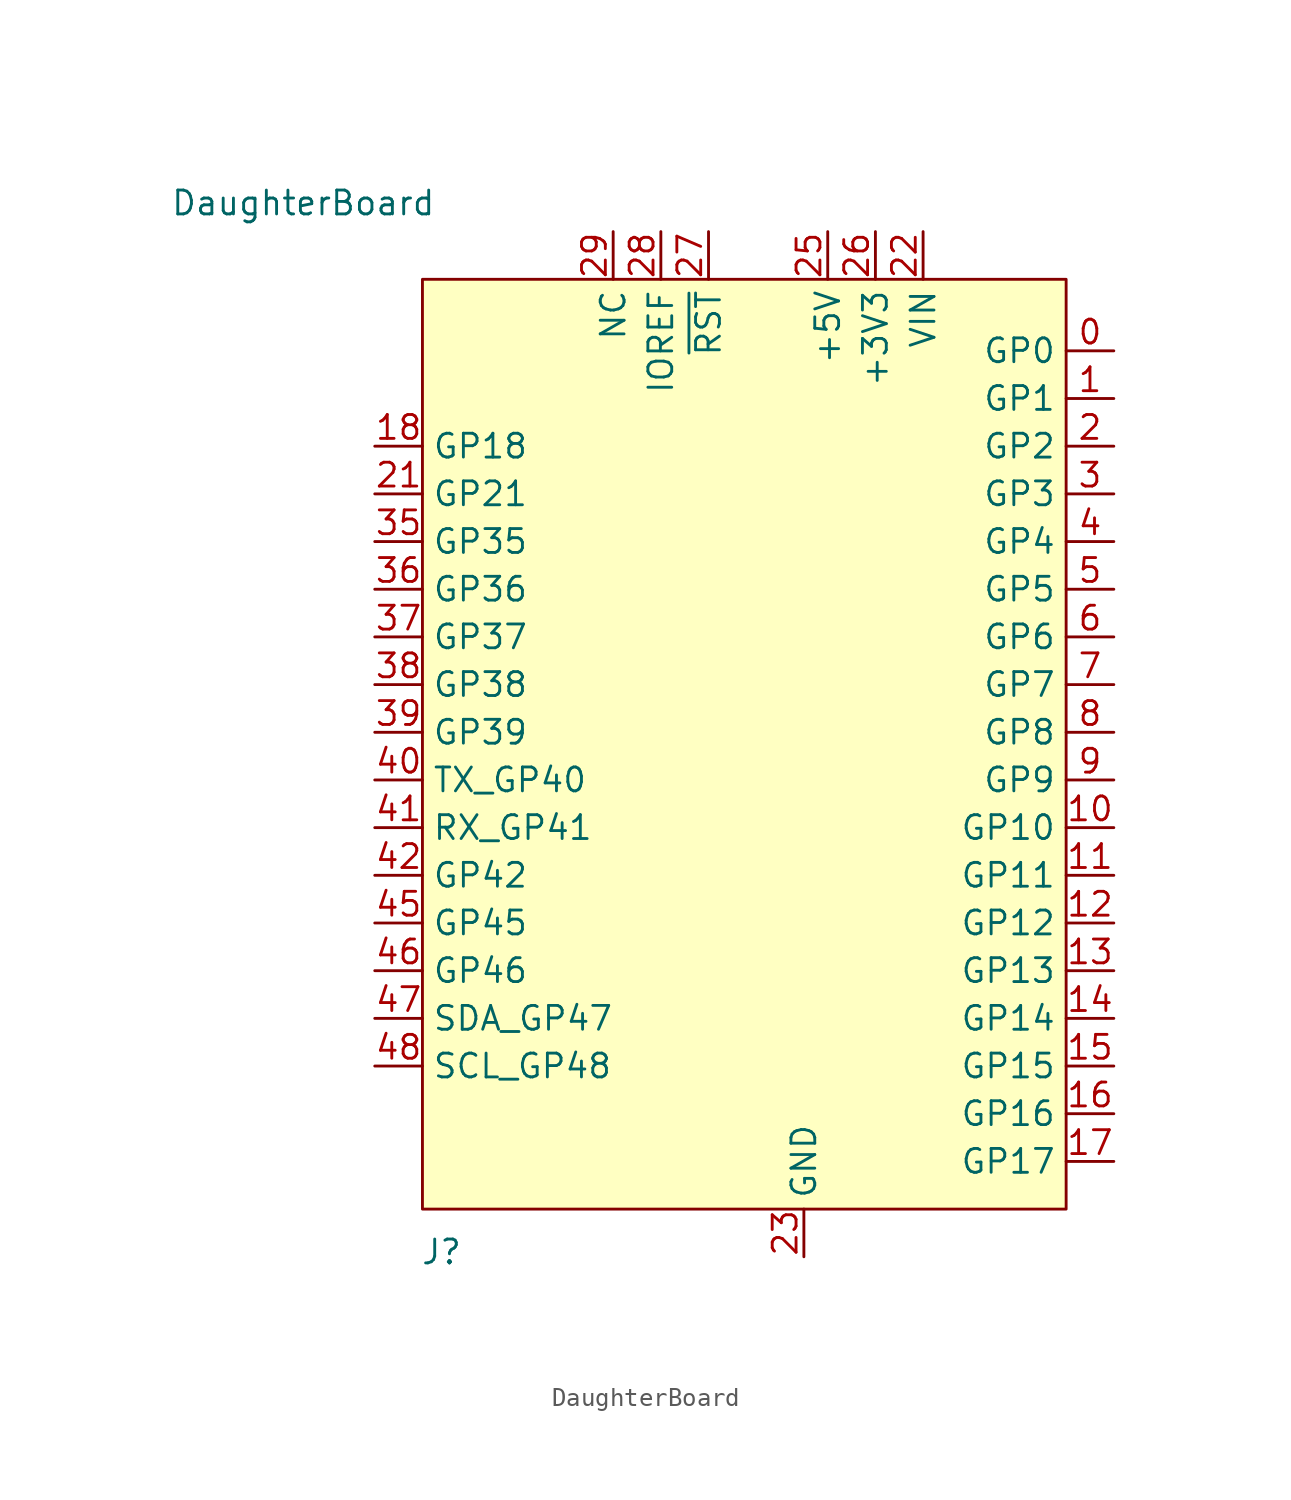
<source format=kicad_sym>
(kicad_symbol_lib
  (version 20231120)
  (generator "kicad_symbol_editor")
  (generator_version "8.0")
  (symbol "DaughterBoard"
    (property "Reference" "J"
      (at -19.304 -42.926 0)
      (effects (font (size 1.27 1.27))))
    (property "Value" "DaughterBoard"
      (at -26.67 12.954 0)
      (effects (font (size 1.27 1.27))))
    (symbol "DaughterBoard_1_1"
      (rectangle (start -20.32 8.89) (end 13.97 -40.64) (stroke (width 0) (type default)) (fill (type background)))
      (pin bidirectional line (at 16.51 5.08 180) (length 2.54) (name "GP0" (effects (font (size 1.27 1.27)))) (number "0" (effects (font (size 1.27 1.27)))))
      (pin bidirectional line (at 16.51 2.54 180) (length 2.54) (name "GP1" (effects (font (size 1.27 1.27)))) (number "1" (effects (font (size 1.27 1.27)))))
      (pin bidirectional line (at 16.51 -20.32 180) (length 2.54) (name "GP10" (effects (font (size 1.27 1.27)))) (number "10" (effects (font (size 1.27 1.27)))))
      (pin bidirectional line (at 16.51 -22.86 180) (length 2.54) (name "GP11" (effects (font (size 1.27 1.27)))) (number "11" (effects (font (size 1.27 1.27)))))
      (pin bidirectional line (at 16.51 -25.4 180) (length 2.54) (name "GP12" (effects (font (size 1.27 1.27)))) (number "12" (effects (font (size 1.27 1.27)))))
      (pin bidirectional line (at 16.51 -27.94 180) (length 2.54) (name "GP13" (effects (font (size 1.27 1.27)))) (number "13" (effects (font (size 1.27 1.27)))))
      (pin bidirectional line (at 16.51 -30.48 180) (length 2.54) (name "GP14" (effects (font (size 1.27 1.27)))) (number "14" (effects (font (size 1.27 1.27)))))
      (pin bidirectional line (at 16.51 -33.02 180) (length 2.54) (name "GP15" (effects (font (size 1.27 1.27)))) (number "15" (effects (font (size 1.27 1.27)))))
      (pin bidirectional line (at 16.51 -35.56 180) (length 2.54) (name "GP16" (effects (font (size 1.27 1.27)))) (number "16" (effects (font (size 1.27 1.27)))))
      (pin bidirectional line (at 16.51 -38.1 180) (length 2.54) (name "GP17" (effects (font (size 1.27 1.27)))) (number "17" (effects (font (size 1.27 1.27)))))
      (pin bidirectional line (at -22.86 0 0) (length 2.54) (name "GP18" (effects (font (size 1.27 1.27)))) (number "18" (effects (font (size 1.27 1.27)))))
      (pin bidirectional line (at 16.51 0 180) (length 2.54) (name "GP2" (effects (font (size 1.27 1.27)))) (number "2" (effects (font (size 1.27 1.27)))))
      (pin bidirectional line (at -22.86 -2.54 0) (length 2.54) (name "GP21" (effects (font (size 1.27 1.27)))) (number "21" (effects (font (size 1.27 1.27)))))
      (pin power_in line (at 6.35 11.43 270) (length 2.54) (name "VIN" (effects (font (size 1.27 1.27)))) (number "22" (effects (font (size 1.27 1.27)))))
      (pin power_in line (at 0 -43.18 90) (length 2.54) (name "GND" (effects (font (size 1.27 1.27)))) (number "23" (effects (font (size 1.27 1.27)))))
      (pin power_in line (at 0 -43.18 90) (length 2.54) hide (name "GND" (effects (font (size 1.27 1.27)))) (number "24" (effects (font (size 1.27 1.27)))))
      (pin power_in line (at 1.27 11.43 270) (length 2.54) (name "+5V" (effects (font (size 1.27 1.27)))) (number "25" (effects (font (size 1.27 1.27)))))
      (pin power_in line (at 3.81 11.43 270) (length 2.54) (name "+3V3" (effects (font (size 1.27 1.27)))) (number "26" (effects (font (size 1.27 1.27)))))
      (pin input line (at -5.08 11.43 270) (length 2.54) (name "~{RST}" (effects (font (size 1.27 1.27)))) (number "27" (effects (font (size 1.27 1.27)))))
      (pin bidirectional line (at -7.62 11.43 270) (length 2.54) (name "IOREF" (effects (font (size 1.27 1.27)))) (number "28" (effects (font (size 1.27 1.27)))))
      (pin bidirectional line (at -10.16 11.43 270) (length 2.54) (name "NC" (effects (font (size 1.27 1.27)))) (number "29" (effects (font (size 1.27 1.27)))))
      (pin bidirectional line (at 16.51 -2.54 180) (length 2.54) (name "GP3" (effects (font (size 1.27 1.27)))) (number "3" (effects (font (size 1.27 1.27)))))
      (pin power_in line (at 0 -43.18 90) (length 2.54) hide (name "GND" (effects (font (size 1.27 1.27)))) (number "30" (effects (font (size 1.27 1.27)))))
      (pin power_in line (at 3.81 11.43 270) (length 2.54) hide (name "+3V3" (effects (font (size 1.27 1.27)))) (number "32" (effects (font (size 1.27 1.27)))))
      (pin bidirectional line (at -22.86 -5.08 0) (length 2.54) (name "GP35" (effects (font (size 1.27 1.27)))) (number "35" (effects (font (size 1.27 1.27)))))
      (pin bidirectional line (at -22.86 -7.62 0) (length 2.54) (name "GP36" (effects (font (size 1.27 1.27)))) (number "36" (effects (font (size 1.27 1.27)))))
      (pin bidirectional line (at -22.86 -10.16 0) (length 2.54) (name "GP37" (effects (font (size 1.27 1.27)))) (number "37" (effects (font (size 1.27 1.27)))))
      (pin bidirectional line (at -22.86 -12.7 0) (length 2.54) (name "GP38" (effects (font (size 1.27 1.27)))) (number "38" (effects (font (size 1.27 1.27)))))
      (pin bidirectional line (at -22.86 -15.24 0) (length 2.54) (name "GP39" (effects (font (size 1.27 1.27)))) (number "39" (effects (font (size 1.27 1.27)))))
      (pin bidirectional line (at 16.51 -5.08 180) (length 2.54) (name "GP4" (effects (font (size 1.27 1.27)))) (number "4" (effects (font (size 1.27 1.27)))))
      (pin bidirectional line (at -22.86 -17.78 0) (length 2.54) (name "TX_GP40" (effects (font (size 1.27 1.27)))) (number "40" (effects (font (size 1.27 1.27)))))
      (pin bidirectional line (at -22.86 -20.32 0) (length 2.54) (name "RX_GP41" (effects (font (size 1.27 1.27)))) (number "41" (effects (font (size 1.27 1.27)))))
      (pin bidirectional line (at -22.86 -22.86 0) (length 2.54) (name "GP42" (effects (font (size 1.27 1.27)))) (number "42" (effects (font (size 1.27 1.27)))))
      (pin bidirectional line (at -22.86 -25.4 0) (length 2.54) (name "GP45" (effects (font (size 1.27 1.27)))) (number "45" (effects (font (size 1.27 1.27)))))
      (pin bidirectional line (at -22.86 -27.94 0) (length 2.54) (name "GP46" (effects (font (size 1.27 1.27)))) (number "46" (effects (font (size 1.27 1.27)))))
      (pin bidirectional line (at -22.86 -30.48 0) (length 2.54) (name "SDA_GP47" (effects (font (size 1.27 1.27)))) (number "47" (effects (font (size 1.27 1.27)))))
      (pin bidirectional line (at -22.86 -33.02 0) (length 2.54) (name "SCL_GP48" (effects (font (size 1.27 1.27)))) (number "48" (effects (font (size 1.27 1.27)))))
      (pin bidirectional line (at 16.51 -7.62 180) (length 2.54) (name "GP5" (effects (font (size 1.27 1.27)))) (number "5" (effects (font (size 1.27 1.27)))))
      (pin bidirectional line (at 16.51 -10.16 180) (length 2.54) (name "GP6" (effects (font (size 1.27 1.27)))) (number "6" (effects (font (size 1.27 1.27)))))
      (pin bidirectional line (at 16.51 -12.7 180) (length 2.54) (name "GP7" (effects (font (size 1.27 1.27)))) (number "7" (effects (font (size 1.27 1.27)))))
      (pin bidirectional line (at 16.51 -15.24 180) (length 2.54) (name "GP8" (effects (font (size 1.27 1.27)))) (number "8" (effects (font (size 1.27 1.27)))))
      (pin bidirectional line (at 16.51 -17.78 180) (length 2.54) (name "GP9" (effects (font (size 1.27 1.27)))) (number "9" (effects (font (size 1.27 1.27))))))))
</source>
